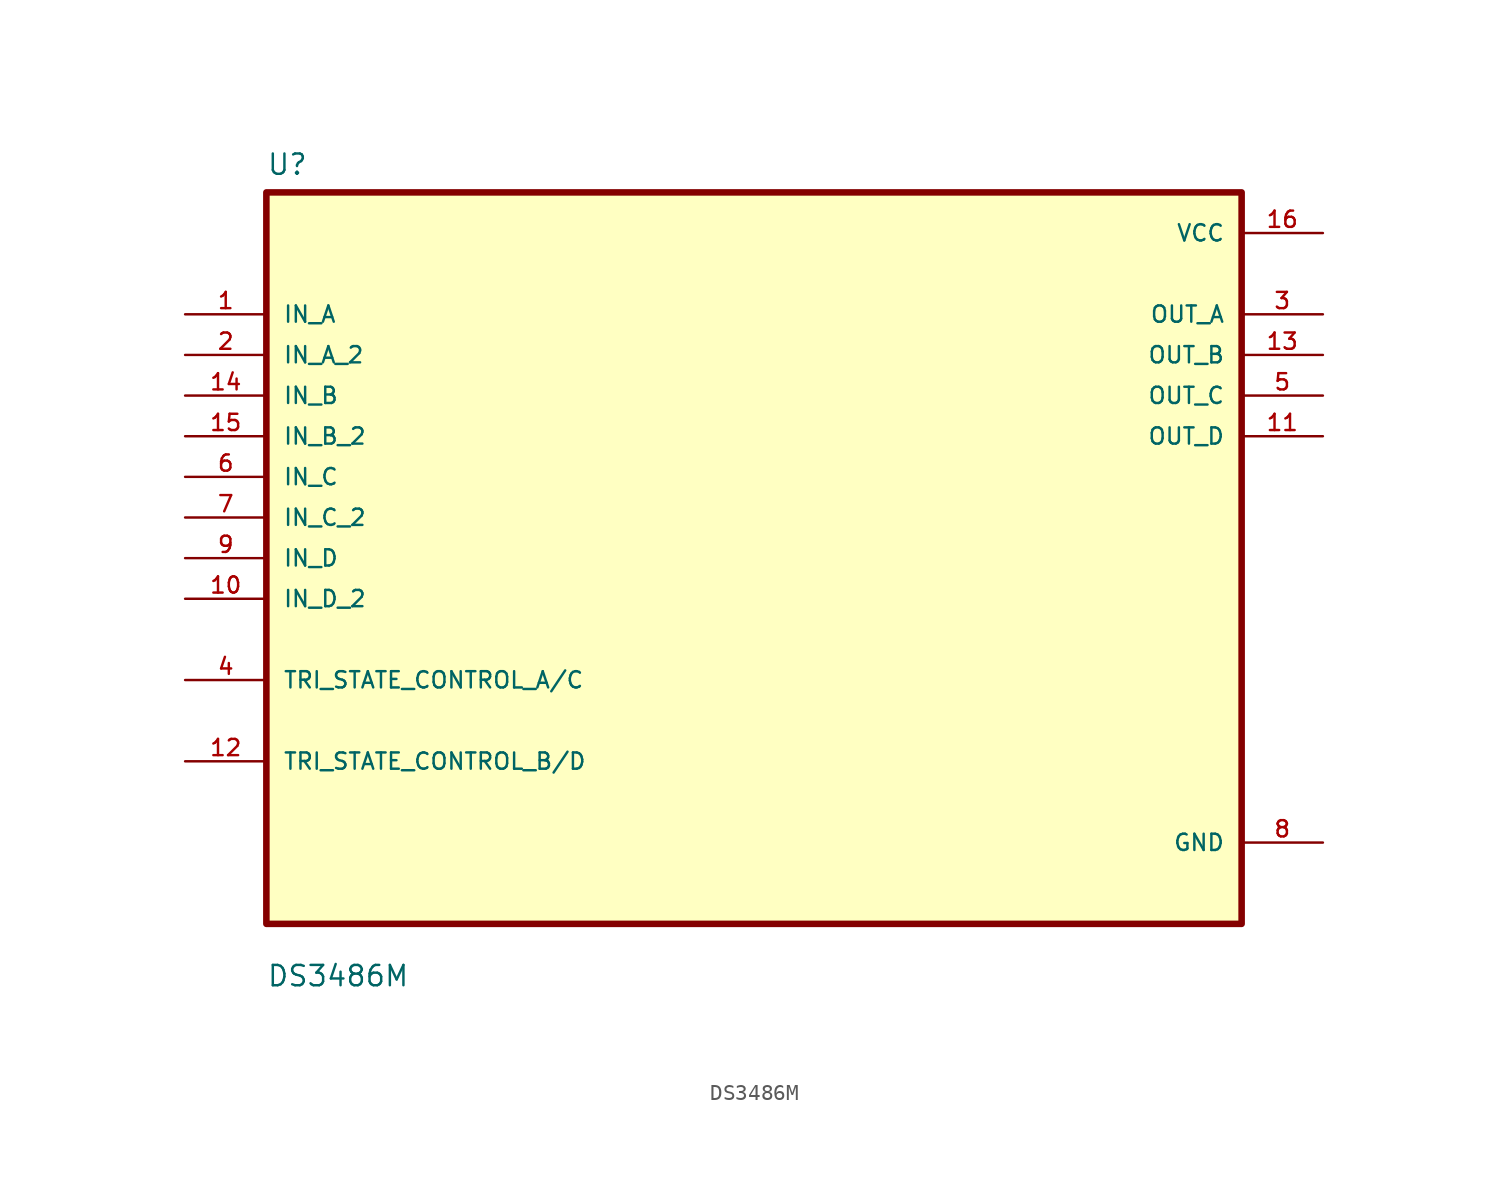
<source format=kicad_sym>
(kicad_symbol_lib
  (version 20211014)
  (generator kicad_symbol_editor)
  (symbol "DS3486M"
    (pin_names
      (offset 1.016))
    (property "Reference" "U"
      (at -30.48 23.86 0.0)
      (effects (font (size 1.27 1.27)) (justify bottom left)))
    (property "Value" "DS3486M"
      (at -30.48 -26.86 0.0)
      (effects (font (size 1.27 1.27)) (justify bottom left)))
    (symbol "DS3486M_0_0"
      (rectangle (start -30.48 -22.86) (end 30.48 22.86) (stroke (width 0.41)) (fill (type background)))
      (pin input line (at -35.56 15.24 0) (length 5.08) (name "IN_A" (effects (font (size 1.016 1.016)))) (number "1" (effects (font (size 1.016 1.016)))))
      (pin input line (at -35.56 12.7 0) (length 5.08) (name "IN_A_2" (effects (font (size 1.016 1.016)))) (number "2" (effects (font (size 1.016 1.016)))))
      (pin input line (at -35.56 10.16 0) (length 5.08) (name "IN_B" (effects (font (size 1.016 1.016)))) (number "14" (effects (font (size 1.016 1.016)))))
      (pin input line (at -35.56 7.62 0) (length 5.08) (name "IN_B_2" (effects (font (size 1.016 1.016)))) (number "15" (effects (font (size 1.016 1.016)))))
      (pin input line (at -35.56 5.08 0) (length 5.08) (name "IN_C" (effects (font (size 1.016 1.016)))) (number "6" (effects (font (size 1.016 1.016)))))
      (pin input line (at -35.56 2.54 0) (length 5.08) (name "IN_C_2" (effects (font (size 1.016 1.016)))) (number "7" (effects (font (size 1.016 1.016)))))
      (pin input line (at -35.56 3.55271e-15 0) (length 5.08) (name "IN_D" (effects (font (size 1.016 1.016)))) (number "9" (effects (font (size 1.016 1.016)))))
      (pin input line (at -35.56 -2.54 0) (length 5.08) (name "IN_D_2" (effects (font (size 1.016 1.016)))) (number "10" (effects (font (size 1.016 1.016)))))
      (pin bidirectional line (at -35.56 -7.62 0) (length 5.08) (name "TRI_STATE_CONTROL_A/C" (effects (font (size 1.016 1.016)))) (number "4" (effects (font (size 1.016 1.016)))))
      (pin bidirectional line (at -35.56 -12.7 0) (length 5.08) (name "TRI_STATE_CONTROL_B/D" (effects (font (size 1.016 1.016)))) (number "12" (effects (font (size 1.016 1.016)))))
      (pin power_in line (at 35.56 20.32 180.0) (length 5.08) (name "VCC" (effects (font (size 1.016 1.016)))) (number "16" (effects (font (size 1.016 1.016)))))
      (pin output line (at 35.56 15.24 180.0) (length 5.08) (name "OUT_A" (effects (font (size 1.016 1.016)))) (number "3" (effects (font (size 1.016 1.016)))))
      (pin output line (at 35.56 12.7 180.0) (length 5.08) (name "OUT_B" (effects (font (size 1.016 1.016)))) (number "13" (effects (font (size 1.016 1.016)))))
      (pin output line (at 35.56 10.16 180.0) (length 5.08) (name "OUT_C" (effects (font (size 1.016 1.016)))) (number "5" (effects (font (size 1.016 1.016)))))
      (pin output line (at 35.56 7.62 180.0) (length 5.08) (name "OUT_D" (effects (font (size 1.016 1.016)))) (number "11" (effects (font (size 1.016 1.016)))))
      (pin power_in line (at 35.56 -17.78 180.0) (length 5.08) (name "GND" (effects (font (size 1.016 1.016)))) (number "8" (effects (font (size 1.016 1.016))))))))
</source>
